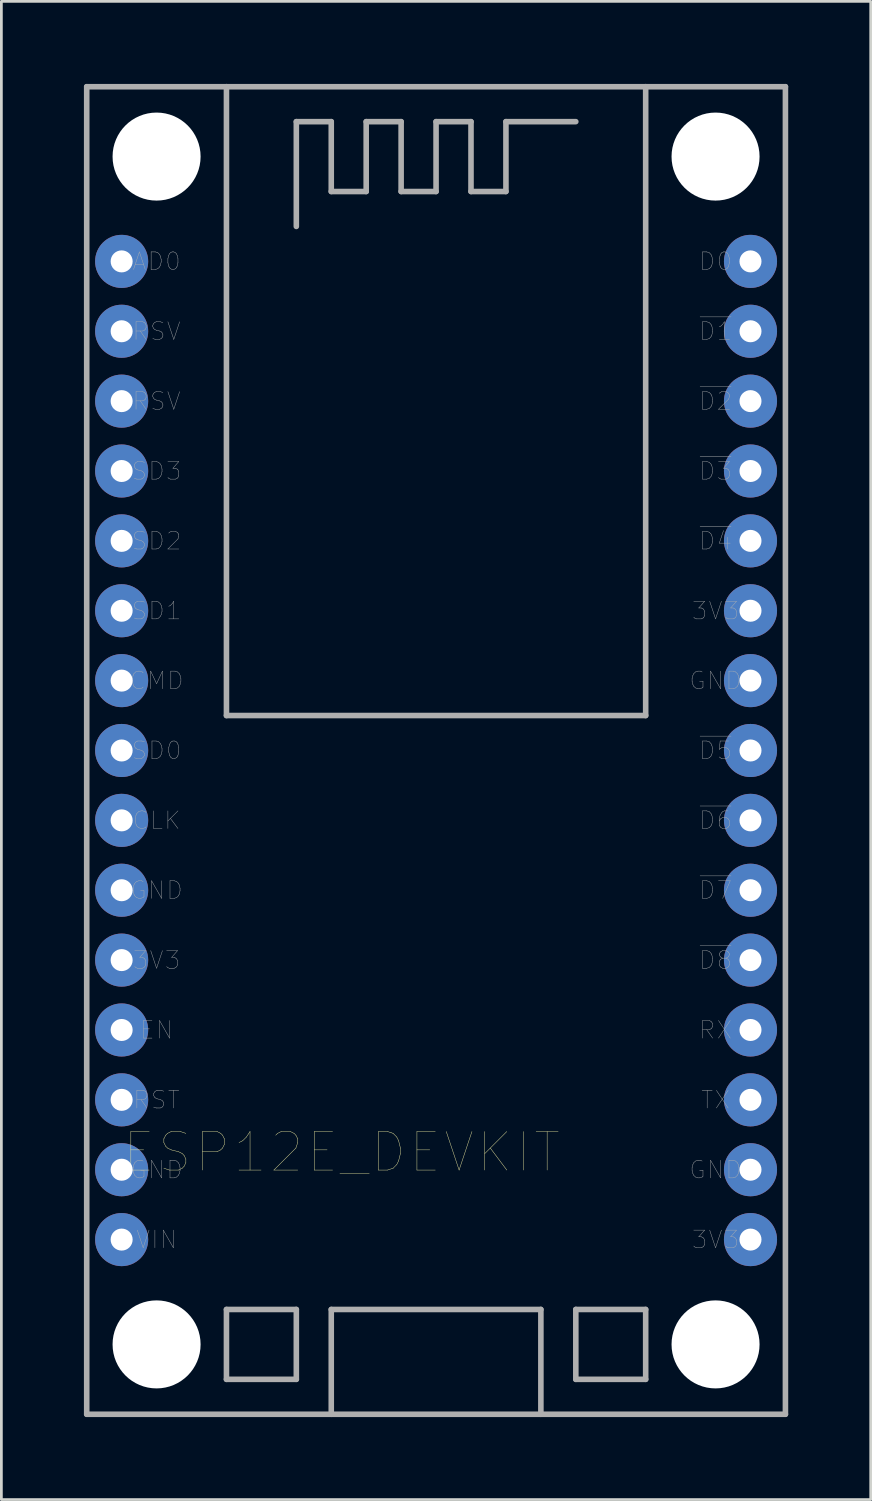
<source format=kicad_pcb>
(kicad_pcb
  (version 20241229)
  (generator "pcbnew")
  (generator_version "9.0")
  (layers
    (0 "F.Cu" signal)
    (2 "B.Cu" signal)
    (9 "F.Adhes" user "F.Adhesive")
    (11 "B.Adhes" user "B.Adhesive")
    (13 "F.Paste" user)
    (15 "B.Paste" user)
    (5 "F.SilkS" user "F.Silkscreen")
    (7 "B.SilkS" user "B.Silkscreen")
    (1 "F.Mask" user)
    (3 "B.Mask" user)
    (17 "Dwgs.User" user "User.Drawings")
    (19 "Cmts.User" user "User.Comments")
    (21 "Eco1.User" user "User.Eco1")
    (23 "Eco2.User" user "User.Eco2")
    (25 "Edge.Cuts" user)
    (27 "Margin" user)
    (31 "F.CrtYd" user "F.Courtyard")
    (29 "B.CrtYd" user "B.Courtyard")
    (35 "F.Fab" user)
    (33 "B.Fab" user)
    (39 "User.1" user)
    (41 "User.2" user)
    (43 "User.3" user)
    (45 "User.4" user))
  (footprint "ESP12E_DEVKIT"
    (layer "F.Cu")
    (at 12.802 24.232)
    (property "Reference" "ESP12E_DEVKIT" (at -3.429 14.605 180) (layer "F.SilkS") (effects (font (size 1.4 1.4) (thickness 0.015))))
    (attr through_hole)
    (fp_line (start -12.7 -24.13) (end -7.62 -24.13) (stroke (width 0.203) (type solid)) (layer "F.Fab"))
    (fp_line (start -12.7 24.13) (end -12.7 -24.13) (stroke (width 0.203) (type solid)) (layer "F.Fab"))
    (fp_line (start -12.7 24.13) (end -3.81 24.13) (stroke (width 0.203) (type solid)) (layer "F.Fab"))
    (fp_line (start -7.62 -24.13) (end -7.62 -1.27) (stroke (width 0.203) (type solid)) (layer "F.Fab"))
    (fp_line (start -7.62 -24.13) (end 7.62 -24.13) (stroke (width 0.203) (type solid)) (layer "F.Fab"))
    (fp_line (start -7.62 -1.27) (end 7.62 -1.27) (stroke (width 0.203) (type solid)) (layer "F.Fab"))
    (fp_line (start -7.62 20.32) (end -5.08 20.32) (stroke (width 0.203) (type solid)) (layer "F.Fab"))
    (fp_line (start -7.62 22.86) (end -7.62 20.32) (stroke (width 0.203) (type solid)) (layer "F.Fab"))
    (fp_line (start -5.08 -22.86) (end -3.81 -22.86) (stroke (width 0.203) (type solid)) (layer "F.Fab"))
    (fp_line (start -5.08 -19.05) (end -5.08 -22.86) (stroke (width 0.203) (type solid)) (layer "F.Fab"))
    (fp_line (start -5.08 20.32) (end -5.08 22.86) (stroke (width 0.203) (type solid)) (layer "F.Fab"))
    (fp_line (start -5.08 22.86) (end -7.62 22.86) (stroke (width 0.203) (type solid)) (layer "F.Fab"))
    (fp_line (start -3.81 -22.86) (end -3.81 -20.32) (stroke (width 0.203) (type solid)) (layer "F.Fab"))
    (fp_line (start -3.81 -20.32) (end -2.54 -20.32) (stroke (width 0.203) (type solid)) (layer "F.Fab"))
    (fp_line (start -3.81 20.32) (end 3.81 20.32) (stroke (width 0.203) (type solid)) (layer "F.Fab"))
    (fp_line (start -3.81 24.13) (end -3.81 20.32) (stroke (width 0.203) (type solid)) (layer "F.Fab"))
    (fp_line (start -3.81 24.13) (end 3.81 24.13) (stroke (width 0.203) (type solid)) (layer "F.Fab"))
    (fp_line (start -2.54 -22.86) (end -1.27 -22.86) (stroke (width 0.203) (type solid)) (layer "F.Fab"))
    (fp_line (start -2.54 -20.32) (end -2.54 -22.86) (stroke (width 0.203) (type solid)) (layer "F.Fab"))
    (fp_line (start -1.27 -22.86) (end -1.27 -20.32) (stroke (width 0.203) (type solid)) (layer "F.Fab"))
    (fp_line (start -1.27 -20.32) (end 0 -20.32) (stroke (width 0.203) (type solid)) (layer "F.Fab"))
    (fp_line (start 0 -22.86) (end 1.27 -22.86) (stroke (width 0.203) (type solid)) (layer "F.Fab"))
    (fp_line (start 0 -20.32) (end 0 -22.86) (stroke (width 0.203) (type solid)) (layer "F.Fab"))
    (fp_line (start 1.27 -22.86) (end 1.27 -20.32) (stroke (width 0.203) (type solid)) (layer "F.Fab"))
    (fp_line (start 1.27 -20.32) (end 2.54 -20.32) (stroke (width 0.203) (type solid)) (layer "F.Fab"))
    (fp_line (start 2.54 -22.86) (end 5.08 -22.86) (stroke (width 0.203) (type solid)) (layer "F.Fab"))
    (fp_line (start 2.54 -20.32) (end 2.54 -22.86) (stroke (width 0.203) (type solid)) (layer "F.Fab"))
    (fp_line (start 3.81 20.32) (end 3.81 24.13) (stroke (width 0.203) (type solid)) (layer "F.Fab"))
    (fp_line (start 3.81 24.13) (end 12.7 24.13) (stroke (width 0.203) (type solid)) (layer "F.Fab"))
    (fp_line (start 5.08 20.32) (end 5.08 22.86) (stroke (width 0.203) (type solid)) (layer "F.Fab"))
    (fp_line (start 5.08 22.86) (end 7.62 22.86) (stroke (width 0.203) (type solid)) (layer "F.Fab"))
    (fp_line (start 7.62 -24.13) (end 12.7 -24.13) (stroke (width 0.203) (type solid)) (layer "F.Fab"))
    (fp_line (start 7.62 -1.27) (end 7.62 -24.13) (stroke (width 0.203) (type solid)) (layer "F.Fab"))
    (fp_line (start 7.62 20.32) (end 5.08 20.32) (stroke (width 0.203) (type solid)) (layer "F.Fab"))
    (fp_line (start 7.62 22.86) (end 7.62 20.32) (stroke (width 0.203) (type solid)) (layer "F.Fab"))
    (fp_line (start 12.7 -24.13) (end 12.7 24.13) (stroke (width 0.203) (type solid)) (layer "F.Fab"))
    (fp_text user "~{D8}" (at 10.16 7.62 0) (layer "F.Fab") (effects (font (size 0.64 0.64) (thickness 0.015))))
    (fp_text user "RSV" (at -10.16 -12.7 0) (layer "F.Fab") (effects (font (size 0.64 0.64) (thickness 0.015))))
    (fp_text user "GND" (at -10.16 5.08 0) (layer "F.Fab") (effects (font (size 0.64 0.64) (thickness 0.015))))
    (fp_text user "~{D6}" (at 10.16 2.54 0) (layer "F.Fab") (effects (font (size 0.64 0.64) (thickness 0.015))))
    (fp_text user "3V3" (at 10.16 17.78 0) (layer "F.Fab") (effects (font (size 0.64 0.64) (thickness 0.015))))
    (fp_text user "RSV" (at -10.16 -15.24 0) (layer "F.Fab") (effects (font (size 0.64 0.64) (thickness 0.015))))
    (fp_text user "VIN" (at -10.16 17.78 0) (layer "F.Fab") (effects (font (size 0.64 0.64) (thickness 0.015))))
    (fp_text user "RX" (at 10.16 10.16 0) (layer "F.Fab") (effects (font (size 0.64 0.64) (thickness 0.015))))
    (fp_text user "~{D4}" (at 10.16 -7.62 0) (layer "F.Fab") (effects (font (size 0.64 0.64) (thickness 0.015))))
    (fp_text user "RST" (at -10.16 12.7 0) (layer "F.Fab") (effects (font (size 0.64 0.64) (thickness 0.015))))
    (fp_text user "~{D5}" (at 10.16 0 0) (layer "F.Fab") (effects (font (size 0.64 0.64) (thickness 0.015))))
    (fp_text user "GND" (at -10.16 15.24 0) (layer "F.Fab") (effects (font (size 0.64 0.64) (thickness 0.015))))
    (fp_text user "TX" (at 10.16 12.7 0) (layer "F.Fab") (effects (font (size 0.64 0.64) (thickness 0.015))))
    (fp_text user "SD3" (at -10.16 -10.16 0) (layer "F.Fab") (effects (font (size 0.64 0.64) (thickness 0.015))))
    (fp_text user "CLK" (at -10.16 2.54 0) (layer "F.Fab") (effects (font (size 0.64 0.64) (thickness 0.015))))
    (fp_text user "3V3" (at 10.16 -5.08 0) (layer "F.Fab") (effects (font (size 0.64 0.64) (thickness 0.015))))
    (fp_text user "SD0" (at -10.16 0 0) (layer "F.Fab") (effects (font (size 0.64 0.64) (thickness 0.015))))
    (fp_text user "~{D3}" (at 10.16 -10.16 0) (layer "F.Fab") (effects (font (size 0.64 0.64) (thickness 0.015))))
    (fp_text user "EN" (at -10.16 10.16 0) (layer "F.Fab") (effects (font (size 0.64 0.64) (thickness 0.015))))
    (fp_text user "SD2" (at -10.16 -7.62 0) (layer "F.Fab") (effects (font (size 0.64 0.64) (thickness 0.015))))
    (fp_text user "3V3" (at -10.16 7.62 0) (layer "F.Fab") (effects (font (size 0.64 0.64) (thickness 0.015))))
    (fp_text user "D0" (at 10.16 -17.78 0) (layer "F.Fab") (effects (font (size 0.64 0.64) (thickness 0.015))))
    (fp_text user "~{D2}" (at 10.16 -12.7 0) (layer "F.Fab") (effects (font (size 0.64 0.64) (thickness 0.015))))
    (fp_text user "AD0" (at -10.16 -17.78 0) (layer "F.Fab") (effects (font (size 0.64 0.64) (thickness 0.015))))
    (fp_text user "GND" (at 10.16 15.24 0) (layer "F.Fab") (effects (font (size 0.64 0.64) (thickness 0.015))))
    (fp_text user "SD1" (at -10.16 -5.08 0) (layer "F.Fab") (effects (font (size 0.64 0.64) (thickness 0.015))))
    (fp_text user "~{D1}" (at 10.16 -15.24 0) (layer "F.Fab") (effects (font (size 0.64 0.64) (thickness 0.015))))
    (fp_text user "CMD" (at -10.16 -2.54 0) (layer "F.Fab") (effects (font (size 0.64 0.64) (thickness 0.015))))
    (fp_text user "GND" (at 10.16 -2.54 0) (layer "F.Fab") (effects (font (size 0.64 0.64) (thickness 0.015))))
    (fp_text user "~{D7}" (at 10.16 5.08 0) (layer "F.Fab") (effects (font (size 0.64 0.64) (thickness 0.015))))
    (pad "" np_thru_hole circle (at -10.16 -21.59) (size 3.2 3.2) (drill 3.2) (layers "*.Cu" "*.Mask"))
    (pad "" np_thru_hole circle (at -10.16 21.59) (size 3.2 3.2) (drill 3.2) (layers "*.Cu" "*.Mask"))
    (pad "" np_thru_hole circle (at 10.16 -21.59) (size 3.2 3.2) (drill 3.2) (layers "*.Cu" "*.Mask"))
    (pad "" np_thru_hole circle (at 10.16 21.59) (size 3.2 3.2) (drill 3.2) (layers "*.Cu" "*.Mask"))
    (pad "3V3@0" thru_hole circle (at -11.43 7.62) (size 1.93 1.93) (drill 0.8) (layers "*.Cu" "*.Mask"))
    (pad "3V3@1" thru_hole circle (at 11.43 -5.08) (size 1.93 1.93) (drill 0.8) (layers "*.Cu" "*.Mask"))
    (pad "3V3@2" thru_hole circle (at 11.43 17.78) (size 1.93 1.93) (drill 0.8) (layers "*.Cu" "*.Mask"))
    (pad "AD0" thru_hole circle (at -11.43 -17.78) (size 1.93 1.93) (drill 0.8) (layers "*.Cu" "*.Mask"))
    (pad "CLK" thru_hole circle (at -11.43 2.54) (size 1.93 1.93) (drill 0.8) (layers "*.Cu" "*.Mask"))
    (pad "CMD" thru_hole circle (at -11.43 -2.54) (size 1.93 1.93) (drill 0.8) (layers "*.Cu" "*.Mask"))
    (pad "D0" thru_hole circle (at 11.43 -17.78) (size 1.93 1.93) (drill 0.8) (layers "*.Cu" "*.Mask"))
    (pad "D1" thru_hole circle (at 11.43 -15.24) (size 1.93 1.93) (drill 0.8) (layers "*.Cu" "*.Mask"))
    (pad "D2" thru_hole circle (at 11.43 -12.7) (size 1.93 1.93) (drill 0.8) (layers "*.Cu" "*.Mask"))
    (pad "D3" thru_hole circle (at 11.43 -10.16) (size 1.93 1.93) (drill 0.8) (layers "*.Cu" "*.Mask"))
    (pad "D4" thru_hole circle (at 11.43 -7.62) (size 1.93 1.93) (drill 0.8) (layers "*.Cu" "*.Mask"))
    (pad "D5" thru_hole circle (at 11.43 0) (size 1.93 1.93) (drill 0.8) (layers "*.Cu" "*.Mask"))
    (pad "D6" thru_hole circle (at 11.43 2.54) (size 1.93 1.93) (drill 0.8) (layers "*.Cu" "*.Mask"))
    (pad "D7" thru_hole circle (at 11.43 5.08) (size 1.93 1.93) (drill 0.8) (layers "*.Cu" "*.Mask"))
    (pad "D8" thru_hole circle (at 11.43 7.62) (size 1.93 1.93) (drill 0.8) (layers "*.Cu" "*.Mask"))
    (pad "EN" thru_hole circle (at -11.43 10.16) (size 1.93 1.93) (drill 0.8) (layers "*.Cu" "*.Mask"))
    (pad "GND@0" thru_hole circle (at -11.43 5.08) (size 1.93 1.93) (drill 0.8) (layers "*.Cu" "*.Mask"))
    (pad "GND@1" thru_hole circle (at -11.43 15.24) (size 1.93 1.93) (drill 0.8) (layers "*.Cu" "*.Mask"))
    (pad "GND@2" thru_hole circle (at 11.43 -2.54) (size 1.93 1.93) (drill 0.8) (layers "*.Cu" "*.Mask"))
    (pad "GND@3" thru_hole circle (at 11.43 15.24) (size 1.93 1.93) (drill 0.8) (layers "*.Cu" "*.Mask"))
    (pad "RST" thru_hole circle (at -11.43 12.7) (size 1.93 1.93) (drill 0.8) (layers "*.Cu" "*.Mask"))
    (pad "RSV@0" thru_hole circle (at -11.43 -15.24) (size 1.93 1.93) (drill 0.8) (layers "*.Cu" "*.Mask"))
    (pad "RSV@1" thru_hole circle (at -11.43 -12.7) (size 1.93 1.93) (drill 0.8) (layers "*.Cu" "*.Mask"))
    (pad "RX" thru_hole circle (at 11.43 10.16) (size 1.93 1.93) (drill 0.8) (layers "*.Cu" "*.Mask"))
    (pad "SD0" thru_hole circle (at -11.43 0) (size 1.93 1.93) (drill 0.8) (layers "*.Cu" "*.Mask"))
    (pad "SD1" thru_hole circle (at -11.43 -5.08) (size 1.93 1.93) (drill 0.8) (layers "*.Cu" "*.Mask"))
    (pad "SD2" thru_hole circle (at -11.43 -7.62) (size 1.93 1.93) (drill 0.8) (layers "*.Cu" "*.Mask"))
    (pad "SD3" thru_hole circle (at -11.43 -10.16) (size 1.93 1.93) (drill 0.8) (layers "*.Cu" "*.Mask"))
    (pad "TX" thru_hole circle (at 11.43 12.7) (size 1.93 1.93) (drill 0.8) (layers "*.Cu" "*.Mask"))
    (pad "VIN" thru_hole circle (at -11.43 17.78) (size 1.93 1.93) (drill 0.8) (layers "*.Cu" "*.Mask")))
  (gr_rect
    (start -3 -3)
    (end 28.603 51.463)
    (stroke (width 0.1) (type default))
    (fill no)
    (layer "Edge.Cuts")))
</source>
